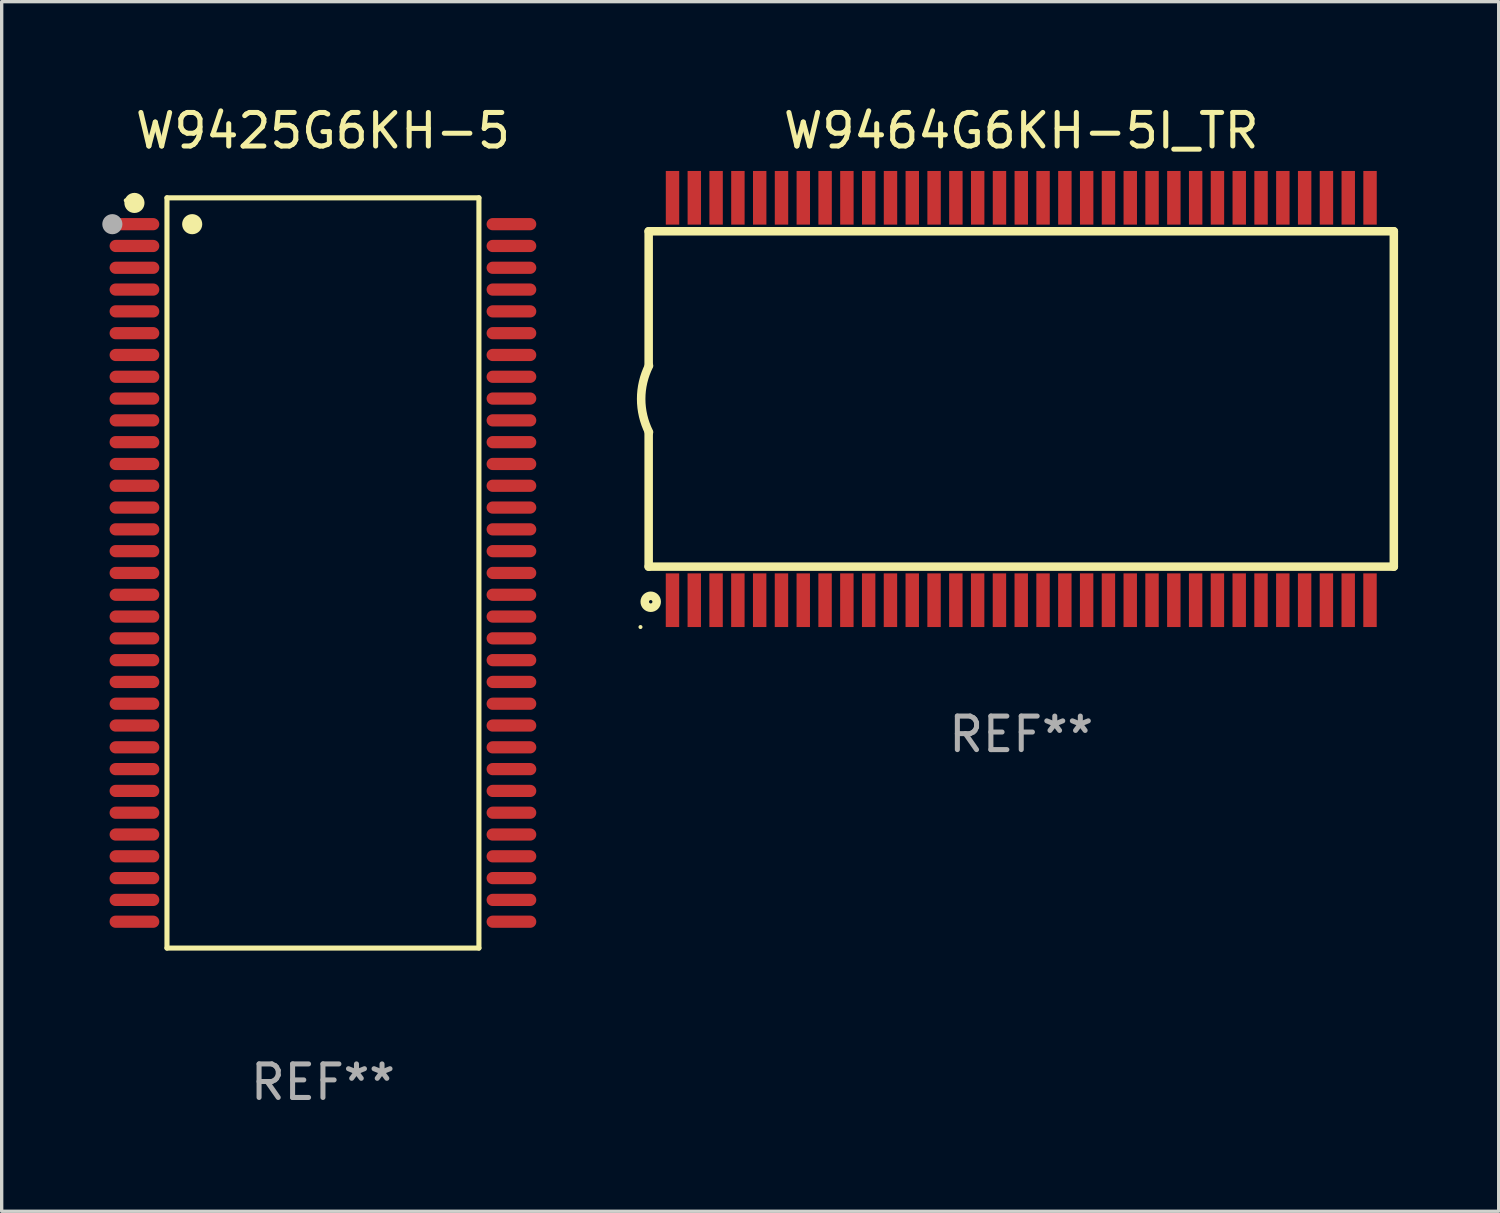
<source format=kicad_pcb>
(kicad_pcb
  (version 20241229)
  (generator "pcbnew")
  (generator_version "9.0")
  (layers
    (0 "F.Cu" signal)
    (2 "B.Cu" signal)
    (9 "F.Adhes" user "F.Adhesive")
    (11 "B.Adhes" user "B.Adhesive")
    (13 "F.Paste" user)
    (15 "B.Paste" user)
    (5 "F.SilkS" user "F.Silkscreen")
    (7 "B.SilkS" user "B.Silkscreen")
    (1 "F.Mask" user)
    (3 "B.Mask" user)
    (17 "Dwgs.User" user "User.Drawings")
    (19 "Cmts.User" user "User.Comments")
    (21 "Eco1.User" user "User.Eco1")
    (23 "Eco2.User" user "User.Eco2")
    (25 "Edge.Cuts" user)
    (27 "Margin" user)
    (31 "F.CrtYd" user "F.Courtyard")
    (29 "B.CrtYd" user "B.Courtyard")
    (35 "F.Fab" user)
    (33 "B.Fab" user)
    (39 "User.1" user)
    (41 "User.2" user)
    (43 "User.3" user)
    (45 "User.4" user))
  (footprint "W9464G6KH-5I_TR"
    (layer "F.Cu")
    (at 27.403 8.848)
    (property "Reference" "W9464G6KH-5I_TR" (at 0 -8 0) (layer "F.SilkS") (effects (font (size 1 1) (thickness 0.15))))
    (attr through_hole)
    (fp_line (start -11.11 -5.002) (end 11.11 -5.002) (stroke (width 0.254) (type solid)) (layer "F.SilkS"))
    (fp_line (start -11.11 -1.002) (end -11.11 -5.002) (stroke (width 0.254) (type solid)) (layer "F.SilkS"))
    (fp_line (start -11.11 4.999) (end -11.11 0.998) (stroke (width 0.254) (type solid)) (layer "F.SilkS"))
    (fp_line (start -11.11 4.999) (end 11.11 4.999) (stroke (width 0.254) (type solid)) (layer "F.SilkS"))
    (fp_line (start 11.11 4.999) (end 11.11 -5.002) (stroke (width 0.254) (type solid)) (layer "F.SilkS"))
    (fp_arc (start -11.099822 0.989078) (mid -11.333671 -0.001524) (end -11.099822 -0.992126) (stroke (width 0.254001) (type solid)) (layer "F.SilkS"))
    (fp_circle (center -11.354 6.8) (end -11.324 6.8) (stroke (width 0.06) (type solid)) (fill no) (layer "F.SilkS"))
    (fp_circle (center -11.049 6.046) (end -10.871 6.046) (stroke (width 0.254) (type solid)) (fill no) (layer "F.SilkS"))
    (fp_text user "REF**" (at 0 10 0) (layer "F.Fab") (effects (font (size 1 1) (thickness 0.15))))
    (pad "1" smd rect (at -10.4 6) (size 0.4 1.6) (layers "F.Cu" "F.Mask" "F.Paste"))
    (pad "2" smd rect (at -9.75 6) (size 0.4 1.6) (layers "F.Cu" "F.Mask" "F.Paste"))
    (pad "3" smd rect (at -9.1 6) (size 0.4 1.6) (layers "F.Cu" "F.Mask" "F.Paste"))
    (pad "4" smd rect (at -8.45 6) (size 0.4 1.6) (layers "F.Cu" "F.Mask" "F.Paste"))
    (pad "5" smd rect (at -7.8 6) (size 0.4 1.6) (layers "F.Cu" "F.Mask" "F.Paste"))
    (pad "6" smd rect (at -7.15 6) (size 0.4 1.6) (layers "F.Cu" "F.Mask" "F.Paste"))
    (pad "7" smd rect (at -6.5 6) (size 0.4 1.6) (layers "F.Cu" "F.Mask" "F.Paste"))
    (pad "8" smd rect (at -5.85 6) (size 0.4 1.6) (layers "F.Cu" "F.Mask" "F.Paste"))
    (pad "9" smd rect (at -5.2 6) (size 0.4 1.6) (layers "F.Cu" "F.Mask" "F.Paste"))
    (pad "10" smd rect (at -4.55 6) (size 0.4 1.6) (layers "F.Cu" "F.Mask" "F.Paste"))
    (pad "11" smd rect (at -3.9 6) (size 0.4 1.6) (layers "F.Cu" "F.Mask" "F.Paste"))
    (pad "12" smd rect (at -3.25 6) (size 0.4 1.6) (layers "F.Cu" "F.Mask" "F.Paste"))
    (pad "13" smd rect (at -2.6 6) (size 0.4 1.6) (layers "F.Cu" "F.Mask" "F.Paste"))
    (pad "14" smd rect (at -1.95 6) (size 0.4 1.6) (layers "F.Cu" "F.Mask" "F.Paste"))
    (pad "15" smd rect (at -1.3 6) (size 0.4 1.6) (layers "F.Cu" "F.Mask" "F.Paste"))
    (pad "16" smd rect (at -0.65 6) (size 0.4 1.6) (layers "F.Cu" "F.Mask" "F.Paste"))
    (pad "17" smd rect (at -0.000254 6) (size 0.4 1.6) (layers "F.Cu" "F.Mask" "F.Paste"))
    (pad "18" smd rect (at 0.65 6) (size 0.4 1.6) (layers "F.Cu" "F.Mask" "F.Paste"))
    (pad "19" smd rect (at 1.3 6) (size 0.4 1.6) (layers "F.Cu" "F.Mask" "F.Paste"))
    (pad "20" smd rect (at 1.95 6) (size 0.4 1.6) (layers "F.Cu" "F.Mask" "F.Paste"))
    (pad "21" smd rect (at 2.6 6) (size 0.4 1.6) (layers "F.Cu" "F.Mask" "F.Paste"))
    (pad "22" smd rect (at 3.25 6) (size 0.4 1.6) (layers "F.Cu" "F.Mask" "F.Paste"))
    (pad "23" smd rect (at 3.9 6) (size 0.4 1.6) (layers "F.Cu" "F.Mask" "F.Paste"))
    (pad "24" smd rect (at 4.55 6) (size 0.4 1.6) (layers "F.Cu" "F.Mask" "F.Paste"))
    (pad "25" smd rect (at 5.2 6) (size 0.4 1.6) (layers "F.Cu" "F.Mask" "F.Paste"))
    (pad "26" smd rect (at 5.85 6) (size 0.4 1.6) (layers "F.Cu" "F.Mask" "F.Paste"))
    (pad "27" smd rect (at 6.5 6) (size 0.4 1.6) (layers "F.Cu" "F.Mask" "F.Paste"))
    (pad "28" smd rect (at 7.15 6) (size 0.4 1.6) (layers "F.Cu" "F.Mask" "F.Paste"))
    (pad "29" smd rect (at 7.8 6) (size 0.4 1.6) (layers "F.Cu" "F.Mask" "F.Paste"))
    (pad "30" smd rect (at 8.45 6) (size 0.4 1.6) (layers "F.Cu" "F.Mask" "F.Paste"))
    (pad "31" smd rect (at 9.1 6) (size 0.4 1.6) (layers "F.Cu" "F.Mask" "F.Paste"))
    (pad "32" smd rect (at 9.75 6) (size 0.4 1.6) (layers "F.Cu" "F.Mask" "F.Paste"))
    (pad "33" smd rect (at 10.4 6) (size 0.4 1.6) (layers "F.Cu" "F.Mask" "F.Paste"))
    (pad "34" smd rect (at 10.401 -6) (size 0.4 1.6) (layers "F.Cu" "F.Mask" "F.Paste"))
    (pad "35" smd rect (at 9.751 -6) (size 0.4 1.6) (layers "F.Cu" "F.Mask" "F.Paste"))
    (pad "36" smd rect (at 9.101 -6) (size 0.4 1.6) (layers "F.Cu" "F.Mask" "F.Paste"))
    (pad "37" smd rect (at 8.451 -6) (size 0.4 1.6) (layers "F.Cu" "F.Mask" "F.Paste"))
    (pad "38" smd rect (at 7.801 -6) (size 0.4 1.6) (layers "F.Cu" "F.Mask" "F.Paste"))
    (pad "39" smd rect (at 7.151 -6) (size 0.4 1.6) (layers "F.Cu" "F.Mask" "F.Paste"))
    (pad "40" smd rect (at 6.501 -6) (size 0.4 1.6) (layers "F.Cu" "F.Mask" "F.Paste"))
    (pad "41" smd rect (at 5.851 -6) (size 0.4 1.6) (layers "F.Cu" "F.Mask" "F.Paste"))
    (pad "42" smd rect (at 5.201 -6) (size 0.4 1.6) (layers "F.Cu" "F.Mask" "F.Paste"))
    (pad "43" smd rect (at 4.551 -6) (size 0.4 1.6) (layers "F.Cu" "F.Mask" "F.Paste"))
    (pad "44" smd rect (at 3.901 -6) (size 0.4 1.6) (layers "F.Cu" "F.Mask" "F.Paste"))
    (pad "45" smd rect (at 3.251 -6) (size 0.4 1.6) (layers "F.Cu" "F.Mask" "F.Paste"))
    (pad "46" smd rect (at 2.601 -6) (size 0.4 1.6) (layers "F.Cu" "F.Mask" "F.Paste"))
    (pad "47" smd rect (at 1.951 -6) (size 0.4 1.6) (layers "F.Cu" "F.Mask" "F.Paste"))
    (pad "48" smd rect (at 1.301 -6) (size 0.4 1.6) (layers "F.Cu" "F.Mask" "F.Paste"))
    (pad "49" smd rect (at 0.651 -6) (size 0.4 1.6) (layers "F.Cu" "F.Mask" "F.Paste"))
    (pad "50" smd rect (at 0.001 -6) (size 0.4 1.6) (layers "F.Cu" "F.Mask" "F.Paste"))
    (pad "51" smd rect (at -0.649 -6) (size 0.4 1.6) (layers "F.Cu" "F.Mask" "F.Paste"))
    (pad "52" smd rect (at -1.299 -6) (size 0.4 1.6) (layers "F.Cu" "F.Mask" "F.Paste"))
    (pad "53" smd rect (at -1.949 -6) (size 0.4 1.6) (layers "F.Cu" "F.Mask" "F.Paste"))
    (pad "54" smd rect (at -2.599 -6) (size 0.4 1.6) (layers "F.Cu" "F.Mask" "F.Paste"))
    (pad "55" smd rect (at -3.249 -6) (size 0.4 1.6) (layers "F.Cu" "F.Mask" "F.Paste"))
    (pad "56" smd rect (at -3.899 -6) (size 0.4 1.6) (layers "F.Cu" "F.Mask" "F.Paste"))
    (pad "57" smd rect (at -4.549 -6) (size 0.4 1.6) (layers "F.Cu" "F.Mask" "F.Paste"))
    (pad "58" smd rect (at -5.199 -6) (size 0.4 1.6) (layers "F.Cu" "F.Mask" "F.Paste"))
    (pad "59" smd rect (at -5.849 -6) (size 0.4 1.6) (layers "F.Cu" "F.Mask" "F.Paste"))
    (pad "60" smd rect (at -6.499 -6) (size 0.4 1.6) (layers "F.Cu" "F.Mask" "F.Paste"))
    (pad "61" smd rect (at -7.149 -6) (size 0.4 1.6) (layers "F.Cu" "F.Mask" "F.Paste"))
    (pad "62" smd rect (at -7.799 -6) (size 0.4 1.6) (layers "F.Cu" "F.Mask" "F.Paste"))
    (pad "63" smd rect (at -8.449 -6) (size 0.4 1.6) (layers "F.Cu" "F.Mask" "F.Paste"))
    (pad "64" smd rect (at -9.099 -6) (size 0.4 1.6) (layers "F.Cu" "F.Mask" "F.Paste"))
    (pad "65" smd rect (at -9.749 -6) (size 0.4 1.6) (layers "F.Cu" "F.Mask" "F.Paste"))
    (pad "66" smd rect (at -10.399 -6) (size 0.4 1.6) (layers "F.Cu" "F.Mask" "F.Paste")))
  (footprint "W9425G6KH-5"
    (layer "F.Cu")
    (at 6.58 14.035)
    (property "Reference" "W9425G6KH-5" (at 0 -13.186 0) (layer "F.SilkS") (effects (font (size 1 1) (thickness 0.15))))
    (attr through_hole)
    (fp_line (start -4.651 -11.186) (end 4.651 -11.186) (stroke (width 0.152) (type solid)) (layer "F.SilkS"))
    (fp_line (start -4.651 11.186) (end -4.651 -11.186) (stroke (width 0.152) (type solid)) (layer "F.SilkS"))
    (fp_line (start 4.651 -11.186) (end 4.651 11.186) (stroke (width 0.152) (type solid)) (layer "F.SilkS"))
    (fp_line (start 4.651 11.186) (end -4.651 11.186) (stroke (width 0.152) (type solid)) (layer "F.SilkS"))
    (fp_circle (center -5.88 -11.11) (end -5.85 -11.11) (stroke (width 0.06) (type solid)) (fill no) (layer "F.SilkS"))
    (fp_circle (center -5.621 -11.034) (end -5.471 -11.034) (stroke (width 0.3) (type solid)) (fill no) (layer "F.SilkS"))
    (fp_circle (center -3.899 -10.4) (end -3.749 -10.4) (stroke (width 0.3) (type solid)) (fill no) (layer "F.SilkS"))
    (fp_circle (center -6.28 -10.4) (end -6.13 -10.4) (stroke (width 0.3) (type solid)) (fill no) (layer "F.Fab"))
    (fp_text user "REF**" (at 0 15.186 0) (layer "F.Fab") (effects (font (size 1 1) (thickness 0.15))))
    (pad "1" smd oval (at -5.621 -10.4 270) (size 0.364 1.482) (layers "F.Cu" "F.Mask" "F.Paste"))
    (pad "2" smd oval (at -5.621 -9.75 270) (size 0.364 1.482) (layers "F.Cu" "F.Mask" "F.Paste"))
    (pad "3" smd oval (at -5.621 -9.1 270) (size 0.364 1.482) (layers "F.Cu" "F.Mask" "F.Paste"))
    (pad "4" smd oval (at -5.621 -8.45 270) (size 0.364 1.482) (layers "F.Cu" "F.Mask" "F.Paste"))
    (pad "5" smd oval (at -5.621 -7.8 270) (size 0.364 1.482) (layers "F.Cu" "F.Mask" "F.Paste"))
    (pad "6" smd oval (at -5.621 -7.15 270) (size 0.364 1.482) (layers "F.Cu" "F.Mask" "F.Paste"))
    (pad "7" smd oval (at -5.621 -6.5 270) (size 0.364 1.482) (layers "F.Cu" "F.Mask" "F.Paste"))
    (pad "8" smd oval (at -5.621 -5.85 270) (size 0.364 1.482) (layers "F.Cu" "F.Mask" "F.Paste"))
    (pad "9" smd oval (at -5.621 -5.2 270) (size 0.364 1.482) (layers "F.Cu" "F.Mask" "F.Paste"))
    (pad "10" smd oval (at -5.621 -4.55 270) (size 0.364 1.482) (layers "F.Cu" "F.Mask" "F.Paste"))
    (pad "11" smd oval (at -5.621 -3.9 270) (size 0.364 1.482) (layers "F.Cu" "F.Mask" "F.Paste"))
    (pad "12" smd oval (at -5.621 -3.25 270) (size 0.364 1.482) (layers "F.Cu" "F.Mask" "F.Paste"))
    (pad "13" smd oval (at -5.621 -2.6 270) (size 0.364 1.482) (layers "F.Cu" "F.Mask" "F.Paste"))
    (pad "14" smd oval (at -5.621 -1.95 270) (size 0.364 1.482) (layers "F.Cu" "F.Mask" "F.Paste"))
    (pad "15" smd oval (at -5.621 -1.3 270) (size 0.364 1.482) (layers "F.Cu" "F.Mask" "F.Paste"))
    (pad "16" smd oval (at -5.621 -0.65 270) (size 0.364 1.482) (layers "F.Cu" "F.Mask" "F.Paste"))
    (pad "17" smd oval (at -5.621 0 270) (size 0.364 1.482) (layers "F.Cu" "F.Mask" "F.Paste"))
    (pad "18" smd oval (at -5.621 0.65 270) (size 0.364 1.482) (layers "F.Cu" "F.Mask" "F.Paste"))
    (pad "19" smd oval (at -5.621 1.3 270) (size 0.364 1.482) (layers "F.Cu" "F.Mask" "F.Paste"))
    (pad "20" smd oval (at -5.621 1.95 270) (size 0.364 1.482) (layers "F.Cu" "F.Mask" "F.Paste"))
    (pad "21" smd oval (at -5.621 2.6 270) (size 0.364 1.482) (layers "F.Cu" "F.Mask" "F.Paste"))
    (pad "22" smd oval (at -5.621 3.25 270) (size 0.364 1.482) (layers "F.Cu" "F.Mask" "F.Paste"))
    (pad "23" smd oval (at -5.621 3.9 270) (size 0.364 1.482) (layers "F.Cu" "F.Mask" "F.Paste"))
    (pad "24" smd oval (at -5.621 4.55 270) (size 0.364 1.482) (layers "F.Cu" "F.Mask" "F.Paste"))
    (pad "25" smd oval (at -5.621 5.2 270) (size 0.364 1.482) (layers "F.Cu" "F.Mask" "F.Paste"))
    (pad "26" smd oval (at -5.621 5.85 270) (size 0.364 1.482) (layers "F.Cu" "F.Mask" "F.Paste"))
    (pad "27" smd oval (at -5.621 6.5 270) (size 0.364 1.482) (layers "F.Cu" "F.Mask" "F.Paste"))
    (pad "28" smd oval (at -5.621 7.15 270) (size 0.364 1.482) (layers "F.Cu" "F.Mask" "F.Paste"))
    (pad "29" smd oval (at -5.621 7.8 270) (size 0.364 1.482) (layers "F.Cu" "F.Mask" "F.Paste"))
    (pad "30" smd oval (at -5.621 8.45 270) (size 0.364 1.482) (layers "F.Cu" "F.Mask" "F.Paste"))
    (pad "31" smd oval (at -5.621 9.1 270) (size 0.364 1.482) (layers "F.Cu" "F.Mask" "F.Paste"))
    (pad "32" smd oval (at -5.621 9.75 270) (size 0.364 1.482) (layers "F.Cu" "F.Mask" "F.Paste"))
    (pad "33" smd oval (at -5.621 10.4 270) (size 0.364 1.482) (layers "F.Cu" "F.Mask" "F.Paste"))
    (pad "34" smd oval (at 5.621 10.4 270) (size 0.364 1.482) (layers "F.Cu" "F.Mask" "F.Paste"))
    (pad "35" smd oval (at 5.621 9.75 270) (size 0.364 1.482) (layers "F.Cu" "F.Mask" "F.Paste"))
    (pad "36" smd oval (at 5.621 9.1 270) (size 0.364 1.482) (layers "F.Cu" "F.Mask" "F.Paste"))
    (pad "37" smd oval (at 5.621 8.45 270) (size 0.364 1.482) (layers "F.Cu" "F.Mask" "F.Paste"))
    (pad "38" smd oval (at 5.621 7.8 270) (size 0.364 1.482) (layers "F.Cu" "F.Mask" "F.Paste"))
    (pad "39" smd oval (at 5.621 7.15 270) (size 0.364 1.482) (layers "F.Cu" "F.Mask" "F.Paste"))
    (pad "40" smd oval (at 5.621 6.5 270) (size 0.364 1.482) (layers "F.Cu" "F.Mask" "F.Paste"))
    (pad "41" smd oval (at 5.621 5.85 270) (size 0.364 1.482) (layers "F.Cu" "F.Mask" "F.Paste"))
    (pad "42" smd oval (at 5.621 5.2 270) (size 0.364 1.482) (layers "F.Cu" "F.Mask" "F.Paste"))
    (pad "43" smd oval (at 5.621 4.55 270) (size 0.364 1.482) (layers "F.Cu" "F.Mask" "F.Paste"))
    (pad "44" smd oval (at 5.621 3.9 270) (size 0.364 1.482) (layers "F.Cu" "F.Mask" "F.Paste"))
    (pad "45" smd oval (at 5.621 3.25 270) (size 0.364 1.482) (layers "F.Cu" "F.Mask" "F.Paste"))
    (pad "46" smd oval (at 5.621 2.6 270) (size 0.364 1.482) (layers "F.Cu" "F.Mask" "F.Paste"))
    (pad "47" smd oval (at 5.621 1.95 270) (size 0.364 1.482) (layers "F.Cu" "F.Mask" "F.Paste"))
    (pad "48" smd oval (at 5.621 1.3 270) (size 0.364 1.482) (layers "F.Cu" "F.Mask" "F.Paste"))
    (pad "49" smd oval (at 5.621 0.65 270) (size 0.364 1.482) (layers "F.Cu" "F.Mask" "F.Paste"))
    (pad "50" smd oval (at 5.621 0 270) (size 0.364 1.482) (layers "F.Cu" "F.Mask" "F.Paste"))
    (pad "51" smd oval (at 5.621 -0.65 270) (size 0.364 1.482) (layers "F.Cu" "F.Mask" "F.Paste"))
    (pad "52" smd oval (at 5.621 -1.3 270) (size 0.364 1.482) (layers "F.Cu" "F.Mask" "F.Paste"))
    (pad "53" smd oval (at 5.621 -1.95 270) (size 0.364 1.482) (layers "F.Cu" "F.Mask" "F.Paste"))
    (pad "54" smd oval (at 5.621 -2.6 270) (size 0.364 1.482) (layers "F.Cu" "F.Mask" "F.Paste"))
    (pad "55" smd oval (at 5.621 -3.25 270) (size 0.364 1.482) (layers "F.Cu" "F.Mask" "F.Paste"))
    (pad "56" smd oval (at 5.621 -3.9 270) (size 0.364 1.482) (layers "F.Cu" "F.Mask" "F.Paste"))
    (pad "57" smd oval (at 5.621 -4.55 270) (size 0.364 1.482) (layers "F.Cu" "F.Mask" "F.Paste"))
    (pad "58" smd oval (at 5.621 -5.2 270) (size 0.364 1.482) (layers "F.Cu" "F.Mask" "F.Paste"))
    (pad "59" smd oval (at 5.621 -5.85 270) (size 0.364 1.482) (layers "F.Cu" "F.Mask" "F.Paste"))
    (pad "60" smd oval (at 5.621 -6.5 270) (size 0.364 1.482) (layers "F.Cu" "F.Mask" "F.Paste"))
    (pad "61" smd oval (at 5.621 -7.15 270) (size 0.364 1.482) (layers "F.Cu" "F.Mask" "F.Paste"))
    (pad "62" smd oval (at 5.621 -7.8 270) (size 0.364 1.482) (layers "F.Cu" "F.Mask" "F.Paste"))
    (pad "63" smd oval (at 5.621 -8.45 270) (size 0.364 1.482) (layers "F.Cu" "F.Mask" "F.Paste"))
    (pad "64" smd oval (at 5.621 -9.1 270) (size 0.364 1.482) (layers "F.Cu" "F.Mask" "F.Paste"))
    (pad "65" smd oval (at 5.621 -9.75 270) (size 0.364 1.482) (layers "F.Cu" "F.Mask" "F.Paste"))
    (pad "66" smd oval (at 5.621 -10.4 270) (size 0.364 1.482) (layers "F.Cu" "F.Mask" "F.Paste")))
  (gr_rect
    (start -3 -3)
    (end 41.64 33.069)
    (stroke (width 0.1) (type default))
    (fill no)
    (layer "Edge.Cuts")))
</source>
